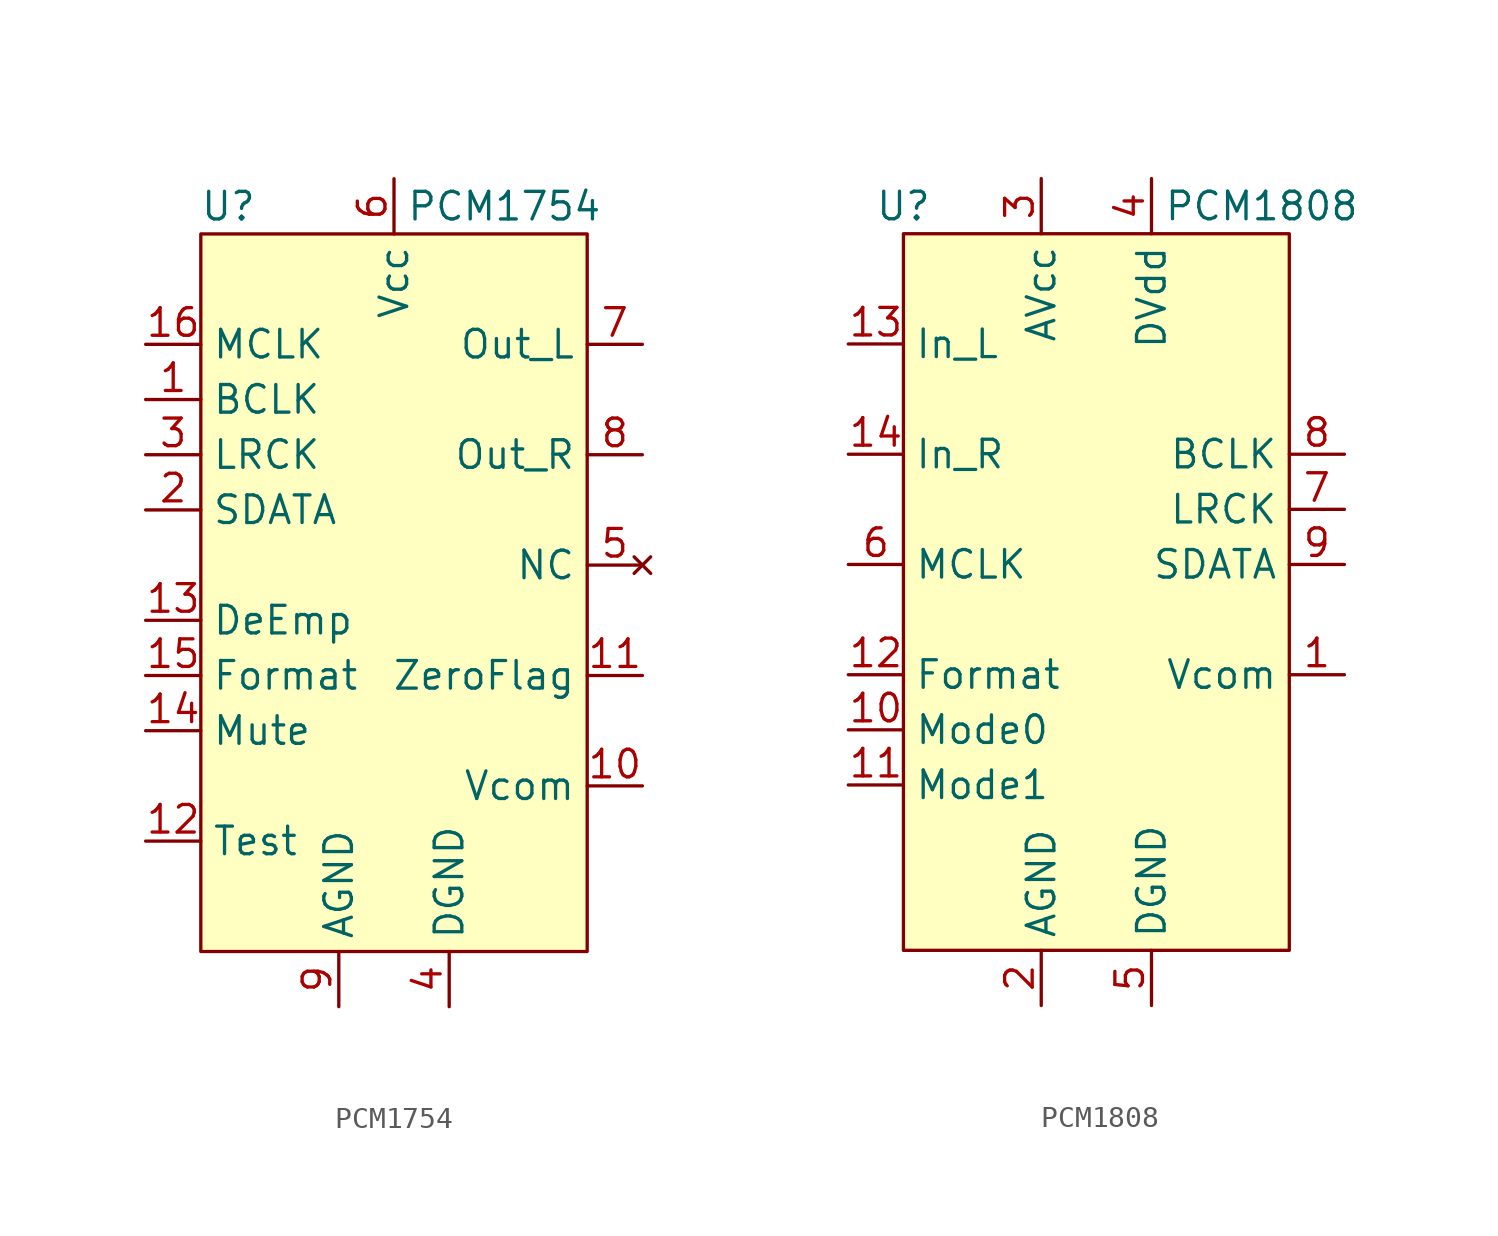
<source format=kicad_sym>
(kicad_symbol_lib
  (version 20220914)
  (generator kicad_symbol_editor)
  (symbol "PCM1754"
    (property "Reference" "U"
      (at -7.62 17.78 0)
      (effects (font (size 1.27 1.27))))
    (property "Value" "PCM1754"
      (at 5.08 17.78 0)
      (effects (font (size 1.27 1.27))))
    (symbol "PCM1754_1_1"
      (rectangle (start -8.89 16.51) (end 8.89 -16.51) (stroke (width 0) (type default)) (fill (type background)))
      (pin input line (at -11.43 8.89 0) (length 2.54) (name "BCLK" (effects (font (size 1.27 1.27)))) (number "1" (effects (font (size 1.27 1.27)))))
      (pin passive line (at 11.43 -8.89 180) (length 2.54) (name "Vcom" (effects (font (size 1.27 1.27)))) (number "10" (effects (font (size 1.27 1.27)))))
      (pin output line (at 11.43 -3.81 180) (length 2.54) (name "ZeroFlag" (effects (font (size 1.27 1.27)))) (number "11" (effects (font (size 1.27 1.27)))))
      (pin input line (at -11.43 -11.43 0) (length 2.54) (name "Test" (effects (font (size 1.27 1.27)))) (number "12" (effects (font (size 1.27 1.27)))))
      (pin input line (at -11.43 -1.27 0) (length 2.54) (name "DeEmp" (effects (font (size 1.27 1.27)))) (number "13" (effects (font (size 1.27 1.27)))))
      (pin input line (at -11.43 -6.35 0) (length 2.54) (name "Mute" (effects (font (size 1.27 1.27)))) (number "14" (effects (font (size 1.27 1.27)))))
      (pin input line (at -11.43 -3.81 0) (length 2.54) (name "Format" (effects (font (size 1.27 1.27)))) (number "15" (effects (font (size 1.27 1.27)))))
      (pin input line (at -11.43 11.43 0) (length 2.54) (name "MCLK" (effects (font (size 1.27 1.27)))) (number "16" (effects (font (size 1.27 1.27)))))
      (pin input line (at -11.43 3.81 0) (length 2.54) (name "SDATA" (effects (font (size 1.27 1.27)))) (number "2" (effects (font (size 1.27 1.27)))))
      (pin input line (at -11.43 6.35 0) (length 2.54) (name "LRCK" (effects (font (size 1.27 1.27)))) (number "3" (effects (font (size 1.27 1.27)))))
      (pin power_in line (at 2.54 -19.05 90) (length 2.54) (name "DGND" (effects (font (size 1.27 1.27)))) (number "4" (effects (font (size 1.27 1.27)))))
      (pin no_connect line (at 11.43 1.27 180) (length 2.54) (name "NC" (effects (font (size 1.27 1.27)))) (number "5" (effects (font (size 1.27 1.27)))))
      (pin power_in line (at 0 19.05 270) (length 2.54) (name "Vcc" (effects (font (size 1.27 1.27)))) (number "6" (effects (font (size 1.27 1.27)))))
      (pin output line (at 11.43 11.43 180) (length 2.54) (name "Out_L" (effects (font (size 1.27 1.27)))) (number "7" (effects (font (size 1.27 1.27)))))
      (pin output line (at 11.43 6.35 180) (length 2.54) (name "Out_R" (effects (font (size 1.27 1.27)))) (number "8" (effects (font (size 1.27 1.27)))))
      (pin power_in line (at -2.54 -19.05 90) (length 2.54) (name "AGND" (effects (font (size 1.27 1.27)))) (number "9" (effects (font (size 1.27 1.27)))))))
  (symbol "PCM1808"
    (property "Reference" "U"
      (at -8.89 17.78 0)
      (effects (font (size 1.27 1.27))))
    (property "Value" "PCM1808"
      (at 7.62 17.78 0)
      (effects (font (size 1.27 1.27))))
    (symbol "PCM1808_0_1"
      (rectangle (start -8.89 16.51) (end 8.89 -16.51) (stroke (width 0) (type default)) (fill (type background))))
    (symbol "PCM1808_1_1"
      (pin passive line (at 11.43 -3.81 180) (length 2.54) (name "Vcom" (effects (font (size 1.27 1.27)))) (number "1" (effects (font (size 1.27 1.27)))))
      (pin input line (at -11.43 -6.35 0) (length 2.54) (name "Mode0" (effects (font (size 1.27 1.27)))) (number "10" (effects (font (size 1.27 1.27)))))
      (pin input line (at -11.43 -8.89 0) (length 2.54) (name "Mode1" (effects (font (size 1.27 1.27)))) (number "11" (effects (font (size 1.27 1.27)))))
      (pin input line (at -11.43 -3.81 0) (length 2.54) (name "Format" (effects (font (size 1.27 1.27)))) (number "12" (effects (font (size 1.27 1.27)))))
      (pin input line (at -11.43 11.43 0) (length 2.54) (name "In_L" (effects (font (size 1.27 1.27)))) (number "13" (effects (font (size 1.27 1.27)))))
      (pin input line (at -11.43 6.35 0) (length 2.54) (name "In_R" (effects (font (size 1.27 1.27)))) (number "14" (effects (font (size 1.27 1.27)))))
      (pin power_in line (at -2.54 -19.05 90) (length 2.54) (name "AGND" (effects (font (size 1.27 1.27)))) (number "2" (effects (font (size 1.27 1.27)))))
      (pin power_in line (at -2.54 19.05 270) (length 2.54) (name "AVcc" (effects (font (size 1.27 1.27)))) (number "3" (effects (font (size 1.27 1.27)))))
      (pin power_in line (at 2.54 19.05 270) (length 2.54) (name "DVdd" (effects (font (size 1.27 1.27)))) (number "4" (effects (font (size 1.27 1.27)))))
      (pin power_in line (at 2.54 -19.05 90) (length 2.54) (name "DGND" (effects (font (size 1.27 1.27)))) (number "5" (effects (font (size 1.27 1.27)))))
      (pin input line (at -11.43 1.27 0) (length 2.54) (name "MCLK" (effects (font (size 1.27 1.27)))) (number "6" (effects (font (size 1.27 1.27)))))
      (pin bidirectional line (at 11.43 3.81 180) (length 2.54) (name "LRCK" (effects (font (size 1.27 1.27)))) (number "7" (effects (font (size 1.27 1.27)))))
      (pin bidirectional line (at 11.43 6.35 180) (length 2.54) (name "BCLK" (effects (font (size 1.27 1.27)))) (number "8" (effects (font (size 1.27 1.27)))))
      (pin output line (at 11.43 1.27 180) (length 2.54) (name "SDATA" (effects (font (size 1.27 1.27)))) (number "9" (effects (font (size 1.27 1.27))))))))
</source>
